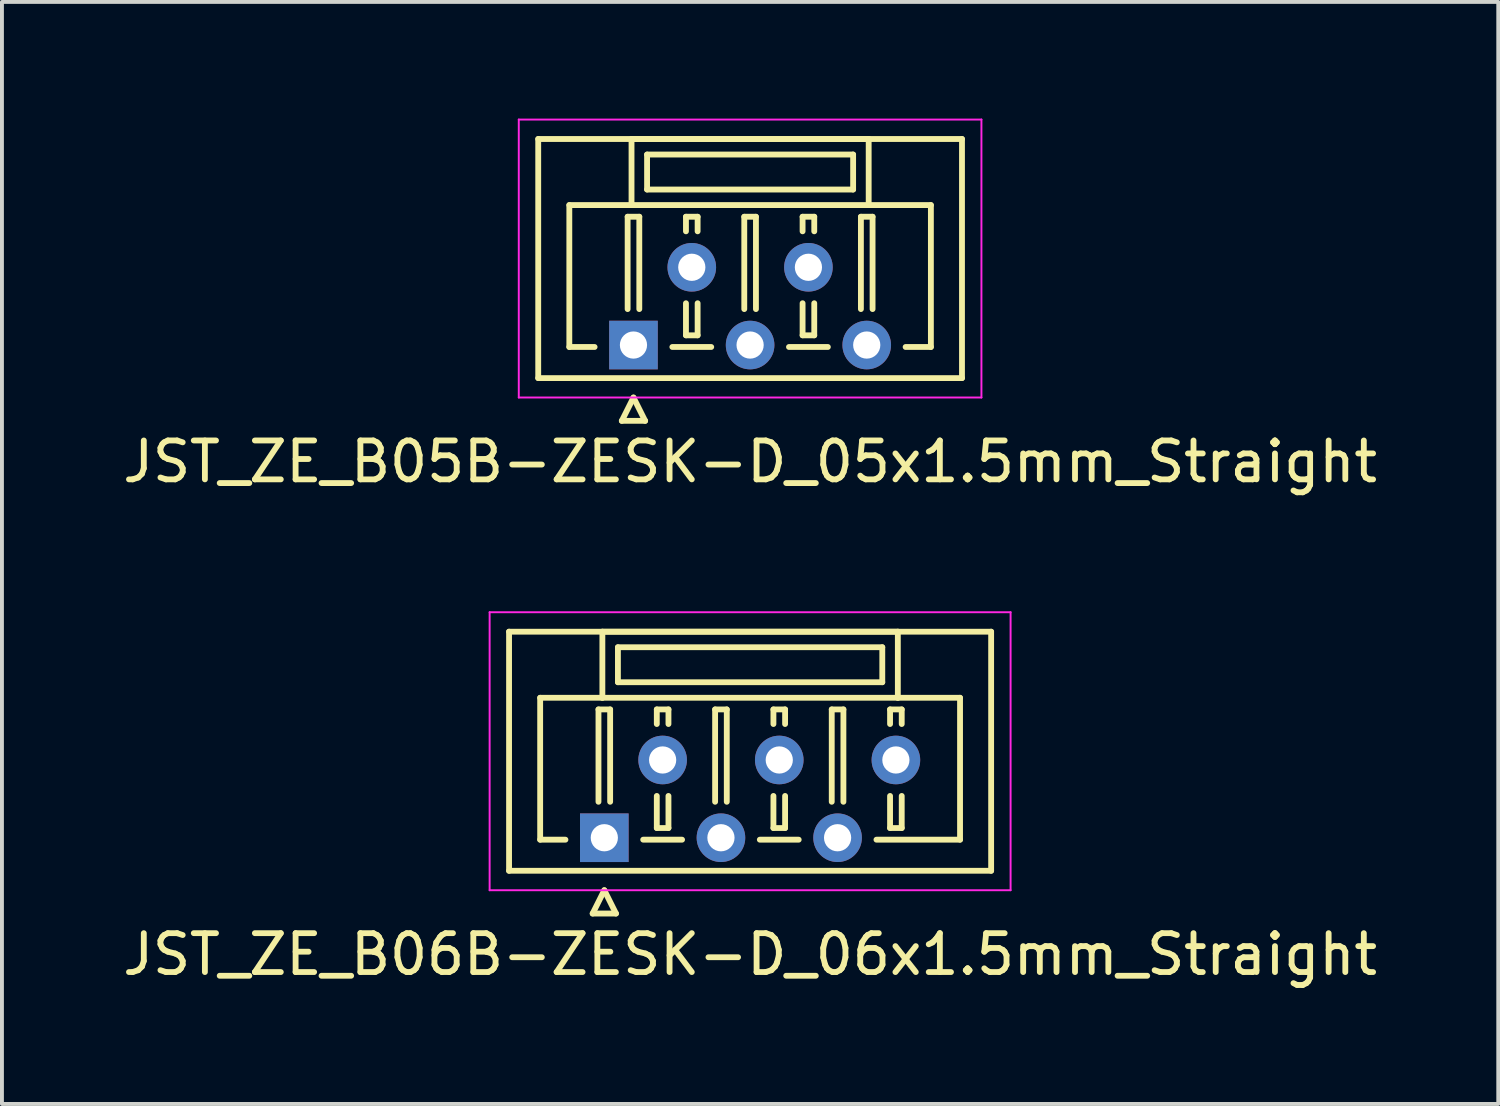
<source format=kicad_pcb>
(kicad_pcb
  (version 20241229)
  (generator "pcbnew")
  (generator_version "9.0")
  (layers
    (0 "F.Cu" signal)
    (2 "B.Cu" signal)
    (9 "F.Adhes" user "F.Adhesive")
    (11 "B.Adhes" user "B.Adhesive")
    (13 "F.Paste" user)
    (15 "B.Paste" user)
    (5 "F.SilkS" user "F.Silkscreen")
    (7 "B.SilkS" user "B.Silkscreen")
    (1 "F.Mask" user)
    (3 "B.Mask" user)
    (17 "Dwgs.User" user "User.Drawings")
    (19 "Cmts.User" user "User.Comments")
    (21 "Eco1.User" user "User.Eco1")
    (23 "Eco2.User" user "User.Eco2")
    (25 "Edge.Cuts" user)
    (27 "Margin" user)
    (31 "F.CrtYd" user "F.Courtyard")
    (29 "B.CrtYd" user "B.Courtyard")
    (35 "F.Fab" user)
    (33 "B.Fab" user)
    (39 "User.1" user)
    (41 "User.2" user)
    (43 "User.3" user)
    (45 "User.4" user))
  (footprint "JST_ZE_B06B-ZESK-D_06x1.5mm_Straight"
    (layer "F.Cu")
    (at 12.494 18.498)
    (property "Reference" "JST_ZE_B06B-ZESK-D_06x1.5mm_Straight" (at 3.75 3 0) (layer "F.SilkS") (effects (font (size 1 1) (thickness 0.15))))
    (attr through_hole)
    (fp_line (start -2.45 -5.3) (end -2.45 0.85) (stroke (width 0.15) (type solid)) (layer "F.SilkS"))
    (fp_line (start -2.45 0.85) (end 9.95 0.85) (stroke (width 0.15) (type solid)) (layer "F.SilkS"))
    (fp_line (start -1.65 -3.6) (end -1.65 0.05) (stroke (width 0.15) (type solid)) (layer "F.SilkS"))
    (fp_line (start -1.65 0.05) (end -1 0.05) (stroke (width 0.15) (type solid)) (layer "F.SilkS"))
    (fp_line (start -0.3 1.95) (end 0 1.35) (stroke (width 0.15) (type solid)) (layer "F.SilkS"))
    (fp_line (start -0.15 -3.3) (end 0.15 -3.3) (stroke (width 0.15) (type solid)) (layer "F.SilkS"))
    (fp_line (start -0.15 -0.925) (end -0.15 -3.3) (stroke (width 0.15) (type solid)) (layer "F.SilkS"))
    (fp_line (start -0.05 -5.3) (end -0.05 -3.6) (stroke (width 0.15) (type solid)) (layer "F.SilkS"))
    (fp_line (start -0.05 -3.6) (end -1.65 -3.6) (stroke (width 0.15) (type solid)) (layer "F.SilkS"))
    (fp_line (start -0.05 -3.6) (end 7.55 -3.6) (stroke (width 0.15) (type solid)) (layer "F.SilkS"))
    (fp_line (start 0 1.35) (end 0.3 1.95) (stroke (width 0.15) (type solid)) (layer "F.SilkS"))
    (fp_line (start 0.15 -3.3) (end 0.15 -0.925) (stroke (width 0.15) (type solid)) (layer "F.SilkS"))
    (fp_line (start 0.3 1.95) (end -0.3 1.95) (stroke (width 0.15) (type solid)) (layer "F.SilkS"))
    (fp_line (start 0.35 -4.9) (end 0.35 -4) (stroke (width 0.15) (type solid)) (layer "F.SilkS"))
    (fp_line (start 0.35 -4) (end 7.15 -4) (stroke (width 0.15) (type solid)) (layer "F.SilkS"))
    (fp_line (start 1 0.05) (end 2 0.05) (stroke (width 0.15) (type solid)) (layer "F.SilkS"))
    (fp_line (start 1.35 -3.3) (end 1.65 -3.3) (stroke (width 0.15) (type solid)) (layer "F.SilkS"))
    (fp_line (start 1.35 -2.925) (end 1.35 -3.3) (stroke (width 0.15) (type solid)) (layer "F.SilkS"))
    (fp_line (start 1.35 -1.075) (end 1.35 -0.25) (stroke (width 0.15) (type solid)) (layer "F.SilkS"))
    (fp_line (start 1.35 -0.25) (end 1.65 -0.25) (stroke (width 0.15) (type solid)) (layer "F.SilkS"))
    (fp_line (start 1.65 -3.3) (end 1.65 -2.925) (stroke (width 0.15) (type solid)) (layer "F.SilkS"))
    (fp_line (start 1.65 -0.25) (end 1.65 -1.075) (stroke (width 0.15) (type solid)) (layer "F.SilkS"))
    (fp_line (start 2.85 -3.3) (end 3.15 -3.3) (stroke (width 0.15) (type solid)) (layer "F.SilkS"))
    (fp_line (start 2.85 -0.925) (end 2.85 -3.3) (stroke (width 0.15) (type solid)) (layer "F.SilkS"))
    (fp_line (start 3.15 -3.3) (end 3.15 -0.925) (stroke (width 0.15) (type solid)) (layer "F.SilkS"))
    (fp_line (start 4 0.05) (end 5 0.05) (stroke (width 0.15) (type solid)) (layer "F.SilkS"))
    (fp_line (start 4.35 -3.3) (end 4.65 -3.3) (stroke (width 0.15) (type solid)) (layer "F.SilkS"))
    (fp_line (start 4.35 -2.925) (end 4.35 -3.3) (stroke (width 0.15) (type solid)) (layer "F.SilkS"))
    (fp_line (start 4.35 -1.075) (end 4.35 -0.25) (stroke (width 0.15) (type solid)) (layer "F.SilkS"))
    (fp_line (start 4.35 -0.25) (end 4.65 -0.25) (stroke (width 0.15) (type solid)) (layer "F.SilkS"))
    (fp_line (start 4.65 -3.3) (end 4.65 -2.925) (stroke (width 0.15) (type solid)) (layer "F.SilkS"))
    (fp_line (start 4.65 -0.25) (end 4.65 -1.075) (stroke (width 0.15) (type solid)) (layer "F.SilkS"))
    (fp_line (start 5.85 -3.3) (end 6.15 -3.3) (stroke (width 0.15) (type solid)) (layer "F.SilkS"))
    (fp_line (start 5.85 -0.925) (end 5.85 -3.3) (stroke (width 0.15) (type solid)) (layer "F.SilkS"))
    (fp_line (start 6.15 -3.3) (end 6.15 -0.925) (stroke (width 0.15) (type solid)) (layer "F.SilkS"))
    (fp_line (start 7.15 -4.9) (end 0.35 -4.9) (stroke (width 0.15) (type solid)) (layer "F.SilkS"))
    (fp_line (start 7.15 -4) (end 7.15 -4.9) (stroke (width 0.15) (type solid)) (layer "F.SilkS"))
    (fp_line (start 7.35 -3.3) (end 7.65 -3.3) (stroke (width 0.15) (type solid)) (layer "F.SilkS"))
    (fp_line (start 7.35 -2.925) (end 7.35 -3.3) (stroke (width 0.15) (type solid)) (layer "F.SilkS"))
    (fp_line (start 7.35 -1.075) (end 7.35 -0.25) (stroke (width 0.15) (type solid)) (layer "F.SilkS"))
    (fp_line (start 7.35 -0.25) (end 7.65 -0.25) (stroke (width 0.15) (type solid)) (layer "F.SilkS"))
    (fp_line (start 7.55 -5.3) (end -0.05 -5.3) (stroke (width 0.15) (type solid)) (layer "F.SilkS"))
    (fp_line (start 7.55 -3.6) (end 7.55 -5.3) (stroke (width 0.15) (type solid)) (layer "F.SilkS"))
    (fp_line (start 7.55 -3.6) (end 9.15 -3.6) (stroke (width 0.15) (type solid)) (layer "F.SilkS"))
    (fp_line (start 7.65 -3.3) (end 7.65 -2.925) (stroke (width 0.15) (type solid)) (layer "F.SilkS"))
    (fp_line (start 7.65 -0.25) (end 7.65 -1.075) (stroke (width 0.15) (type solid)) (layer "F.SilkS"))
    (fp_line (start 9.15 -3.6) (end 9.15 0.05) (stroke (width 0.15) (type solid)) (layer "F.SilkS"))
    (fp_line (start 9.15 0.05) (end 7 0.05) (stroke (width 0.15) (type solid)) (layer "F.SilkS"))
    (fp_line (start 9.95 -5.3) (end -2.45 -5.3) (stroke (width 0.15) (type solid)) (layer "F.SilkS"))
    (fp_line (start 9.95 0.85) (end 9.95 -5.3) (stroke (width 0.15) (type solid)) (layer "F.SilkS"))
    (fp_line (start -2.95 -5.8) (end -2.95 1.35) (stroke (width 0.05) (type solid)) (layer "F.CrtYd"))
    (fp_line (start -2.95 1.35) (end 10.45 1.35) (stroke (width 0.05) (type solid)) (layer "F.CrtYd"))
    (fp_line (start 10.45 -5.8) (end -2.95 -5.8) (stroke (width 0.05) (type solid)) (layer "F.CrtYd"))
    (fp_line (start 10.45 1.35) (end 10.45 -5.8) (stroke (width 0.05) (type solid)) (layer "F.CrtYd"))
    (pad "1" thru_hole rect (at 0 0) (size 1.25 1.25) (drill 0.7) (layers "*.Cu" "*.Mask"))
    (pad "2" thru_hole circle (at 1.5 -2) (size 1.25 1.25) (drill 0.7) (layers "*.Cu" "*.Mask"))
    (pad "3" thru_hole circle (at 3 0) (size 1.25 1.25) (drill 0.7) (layers "*.Cu" "*.Mask"))
    (pad "4" thru_hole circle (at 4.5 -2) (size 1.25 1.25) (drill 0.7) (layers "*.Cu" "*.Mask"))
    (pad "5" thru_hole circle (at 6 0) (size 1.25 1.25) (drill 0.7) (layers "*.Cu" "*.Mask"))
    (pad "6" thru_hole circle (at 7.5 -2) (size 1.25 1.25) (drill 0.7) (layers "*.Cu" "*.Mask")))
  (footprint "JST_ZE_B05B-ZESK-D_05x1.5mm_Straight"
    (layer "F.Cu")
    (at 13.244 5.825)
    (property "Reference" "JST_ZE_B05B-ZESK-D_05x1.5mm_Straight" (at 3 3 0) (layer "F.SilkS") (effects (font (size 1 1) (thickness 0.15))))
    (attr through_hole)
    (fp_line (start -2.45 -5.3) (end -2.45 0.85) (stroke (width 0.15) (type solid)) (layer "F.SilkS"))
    (fp_line (start -2.45 0.85) (end 8.45 0.85) (stroke (width 0.15) (type solid)) (layer "F.SilkS"))
    (fp_line (start -1.65 -3.6) (end -1.65 0.05) (stroke (width 0.15) (type solid)) (layer "F.SilkS"))
    (fp_line (start -1.65 0.05) (end -1 0.05) (stroke (width 0.15) (type solid)) (layer "F.SilkS"))
    (fp_line (start -0.3 1.95) (end 0 1.35) (stroke (width 0.15) (type solid)) (layer "F.SilkS"))
    (fp_line (start -0.15 -3.3) (end 0.15 -3.3) (stroke (width 0.15) (type solid)) (layer "F.SilkS"))
    (fp_line (start -0.15 -0.925) (end -0.15 -3.3) (stroke (width 0.15) (type solid)) (layer "F.SilkS"))
    (fp_line (start -0.05 -5.3) (end -0.05 -3.6) (stroke (width 0.15) (type solid)) (layer "F.SilkS"))
    (fp_line (start -0.05 -3.6) (end -1.65 -3.6) (stroke (width 0.15) (type solid)) (layer "F.SilkS"))
    (fp_line (start -0.05 -3.6) (end 6.05 -3.6) (stroke (width 0.15) (type solid)) (layer "F.SilkS"))
    (fp_line (start 0 1.35) (end 0.3 1.95) (stroke (width 0.15) (type solid)) (layer "F.SilkS"))
    (fp_line (start 0.15 -3.3) (end 0.15 -0.925) (stroke (width 0.15) (type solid)) (layer "F.SilkS"))
    (fp_line (start 0.3 1.95) (end -0.3 1.95) (stroke (width 0.15) (type solid)) (layer "F.SilkS"))
    (fp_line (start 0.35 -4.9) (end 0.35 -4) (stroke (width 0.15) (type solid)) (layer "F.SilkS"))
    (fp_line (start 0.35 -4) (end 5.65 -4) (stroke (width 0.15) (type solid)) (layer "F.SilkS"))
    (fp_line (start 1 0.05) (end 2 0.05) (stroke (width 0.15) (type solid)) (layer "F.SilkS"))
    (fp_line (start 1.35 -3.3) (end 1.65 -3.3) (stroke (width 0.15) (type solid)) (layer "F.SilkS"))
    (fp_line (start 1.35 -2.925) (end 1.35 -3.3) (stroke (width 0.15) (type solid)) (layer "F.SilkS"))
    (fp_line (start 1.35 -1.075) (end 1.35 -0.25) (stroke (width 0.15) (type solid)) (layer "F.SilkS"))
    (fp_line (start 1.35 -0.25) (end 1.65 -0.25) (stroke (width 0.15) (type solid)) (layer "F.SilkS"))
    (fp_line (start 1.65 -3.3) (end 1.65 -2.925) (stroke (width 0.15) (type solid)) (layer "F.SilkS"))
    (fp_line (start 1.65 -0.25) (end 1.65 -1.075) (stroke (width 0.15) (type solid)) (layer "F.SilkS"))
    (fp_line (start 2.85 -3.3) (end 3.15 -3.3) (stroke (width 0.15) (type solid)) (layer "F.SilkS"))
    (fp_line (start 2.85 -0.925) (end 2.85 -3.3) (stroke (width 0.15) (type solid)) (layer "F.SilkS"))
    (fp_line (start 3.15 -3.3) (end 3.15 -0.925) (stroke (width 0.15) (type solid)) (layer "F.SilkS"))
    (fp_line (start 4 0.05) (end 5 0.05) (stroke (width 0.15) (type solid)) (layer "F.SilkS"))
    (fp_line (start 4.35 -3.3) (end 4.65 -3.3) (stroke (width 0.15) (type solid)) (layer "F.SilkS"))
    (fp_line (start 4.35 -2.925) (end 4.35 -3.3) (stroke (width 0.15) (type solid)) (layer "F.SilkS"))
    (fp_line (start 4.35 -1.075) (end 4.35 -0.25) (stroke (width 0.15) (type solid)) (layer "F.SilkS"))
    (fp_line (start 4.35 -0.25) (end 4.65 -0.25) (stroke (width 0.15) (type solid)) (layer "F.SilkS"))
    (fp_line (start 4.65 -3.3) (end 4.65 -2.925) (stroke (width 0.15) (type solid)) (layer "F.SilkS"))
    (fp_line (start 4.65 -0.25) (end 4.65 -1.075) (stroke (width 0.15) (type solid)) (layer "F.SilkS"))
    (fp_line (start 5.65 -4.9) (end 0.35 -4.9) (stroke (width 0.15) (type solid)) (layer "F.SilkS"))
    (fp_line (start 5.65 -4) (end 5.65 -4.9) (stroke (width 0.15) (type solid)) (layer "F.SilkS"))
    (fp_line (start 5.85 -3.3) (end 6.15 -3.3) (stroke (width 0.15) (type solid)) (layer "F.SilkS"))
    (fp_line (start 5.85 -0.925) (end 5.85 -3.3) (stroke (width 0.15) (type solid)) (layer "F.SilkS"))
    (fp_line (start 6.05 -5.3) (end -0.05 -5.3) (stroke (width 0.15) (type solid)) (layer "F.SilkS"))
    (fp_line (start 6.05 -3.6) (end 6.05 -5.3) (stroke (width 0.15) (type solid)) (layer "F.SilkS"))
    (fp_line (start 6.05 -3.6) (end 7.65 -3.6) (stroke (width 0.15) (type solid)) (layer "F.SilkS"))
    (fp_line (start 6.15 -3.3) (end 6.15 -0.925) (stroke (width 0.15) (type solid)) (layer "F.SilkS"))
    (fp_line (start 7.65 -3.6) (end 7.65 0.05) (stroke (width 0.15) (type solid)) (layer "F.SilkS"))
    (fp_line (start 7.65 0.05) (end 7 0.05) (stroke (width 0.15) (type solid)) (layer "F.SilkS"))
    (fp_line (start 8.45 -5.3) (end -2.45 -5.3) (stroke (width 0.15) (type solid)) (layer "F.SilkS"))
    (fp_line (start 8.45 0.85) (end 8.45 -5.3) (stroke (width 0.15) (type solid)) (layer "F.SilkS"))
    (fp_line (start -2.95 -5.8) (end -2.95 1.35) (stroke (width 0.05) (type solid)) (layer "F.CrtYd"))
    (fp_line (start -2.95 1.35) (end 8.95 1.35) (stroke (width 0.05) (type solid)) (layer "F.CrtYd"))
    (fp_line (start 8.95 -5.8) (end -2.95 -5.8) (stroke (width 0.05) (type solid)) (layer "F.CrtYd"))
    (fp_line (start 8.95 1.35) (end 8.95 -5.8) (stroke (width 0.05) (type solid)) (layer "F.CrtYd"))
    (pad "1" thru_hole rect (at 0 0) (size 1.25 1.25) (drill 0.7) (layers "*.Cu" "*.Mask"))
    (pad "2" thru_hole circle (at 1.5 -2) (size 1.25 1.25) (drill 0.7) (layers "*.Cu" "*.Mask"))
    (pad "3" thru_hole circle (at 3 0) (size 1.25 1.25) (drill 0.7) (layers "*.Cu" "*.Mask"))
    (pad "4" thru_hole circle (at 4.5 -2) (size 1.25 1.25) (drill 0.7) (layers "*.Cu" "*.Mask"))
    (pad "5" thru_hole circle (at 6 0) (size 1.25 1.25) (drill 0.7) (layers "*.Cu" "*.Mask")))
  (gr_rect
    (start -3 -3)
    (end 35.488 25.346)
    (stroke (width 0.1) (type default))
    (fill no)
    (layer "Edge.Cuts")))
</source>
